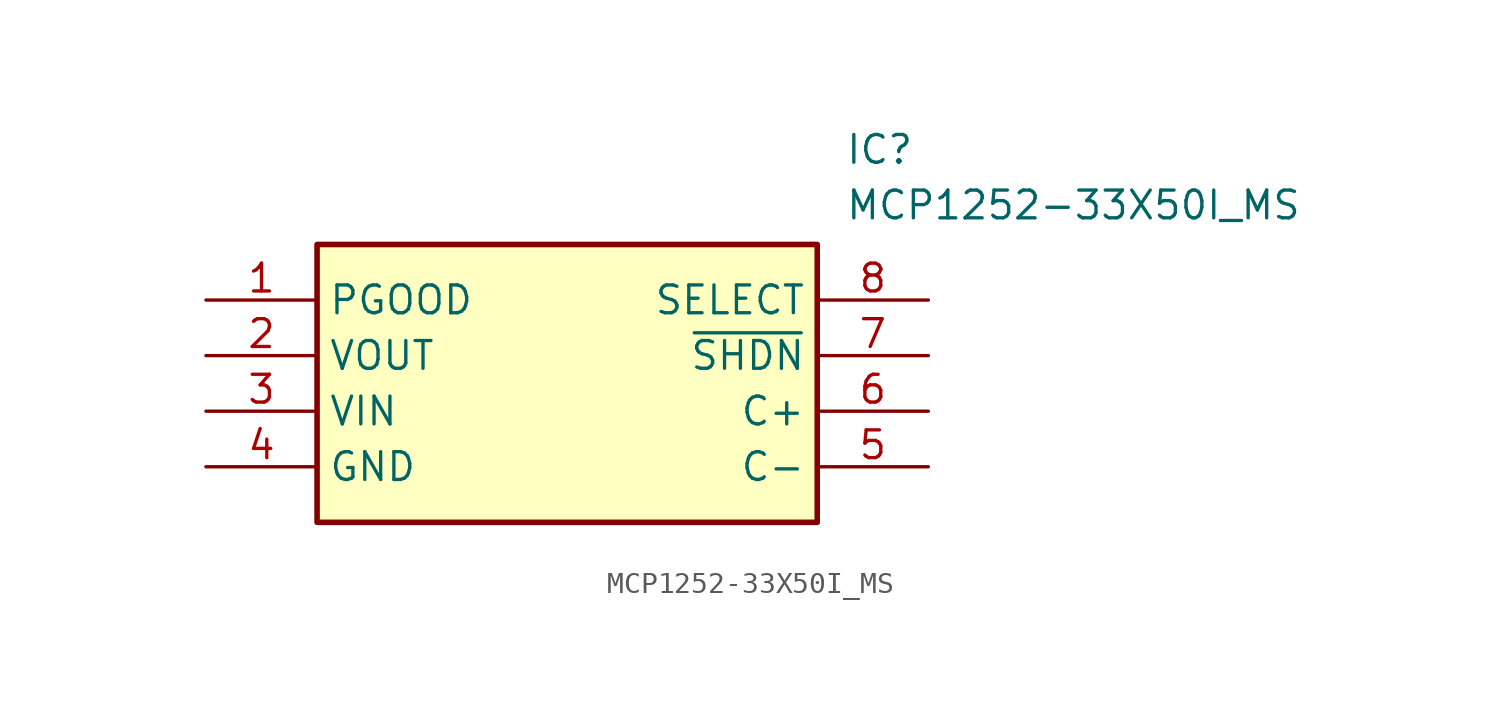
<source format=kicad_sym>
(kicad_symbol_lib
  (version 20211014)
  (generator SamacSys_ECAD_Model)
  (symbol "MCP1252-33X50I_MS"
    (property "Reference" "IC"
      (at 29.21 7.62 0)
      (effects (font (size 1.27 1.27)) (justify left top)))
    (property "Value" "MCP1252-33X50I_MS"
      (at 29.21 5.08 0)
      (effects (font (size 1.27 1.27)) (justify left top)))
    (rectangle
      (start 5.08 2.54)
      (end 27.94 -10.16)
      (stroke (width 0.254) (type default))
      (fill (type background)))
    (pin passive line
      (at 0 0 0)
      (length 5.08)
      (name "PGOOD" (effects (font (size 1.27 1.27))))
      (number "1" (effects (font (size 1.27 1.27)))))
    (pin passive line
      (at 0 -2.54 0)
      (length 5.08)
      (name "VOUT" (effects (font (size 1.27 1.27))))
      (number "2" (effects (font (size 1.27 1.27)))))
    (pin passive line
      (at 0 -5.08 0)
      (length 5.08)
      (name "VIN" (effects (font (size 1.27 1.27))))
      (number "3" (effects (font (size 1.27 1.27)))))
    (pin passive line
      (at 0 -7.62 0)
      (length 5.08)
      (name "GND" (effects (font (size 1.27 1.27))))
      (number "4" (effects (font (size 1.27 1.27)))))
    (pin passive line
      (at 33.02 0 180)
      (length 5.08)
      (name "SELECT" (effects (font (size 1.27 1.27))))
      (number "8" (effects (font (size 1.27 1.27)))))
    (pin passive line
      (at 33.02 -2.54 180)
      (length 5.08)
      (name "~{SHDN}" (effects (font (size 1.27 1.27))))
      (number "7" (effects (font (size 1.27 1.27)))))
    (pin passive line
      (at 33.02 -5.08 180)
      (length 5.08)
      (name "C+" (effects (font (size 1.27 1.27))))
      (number "6" (effects (font (size 1.27 1.27)))))
    (pin passive line
      (at 33.02 -7.62 180)
      (length 5.08)
      (name "C-" (effects (font (size 1.27 1.27))))
      (number "5" (effects (font (size 1.27 1.27)))))))
</source>
